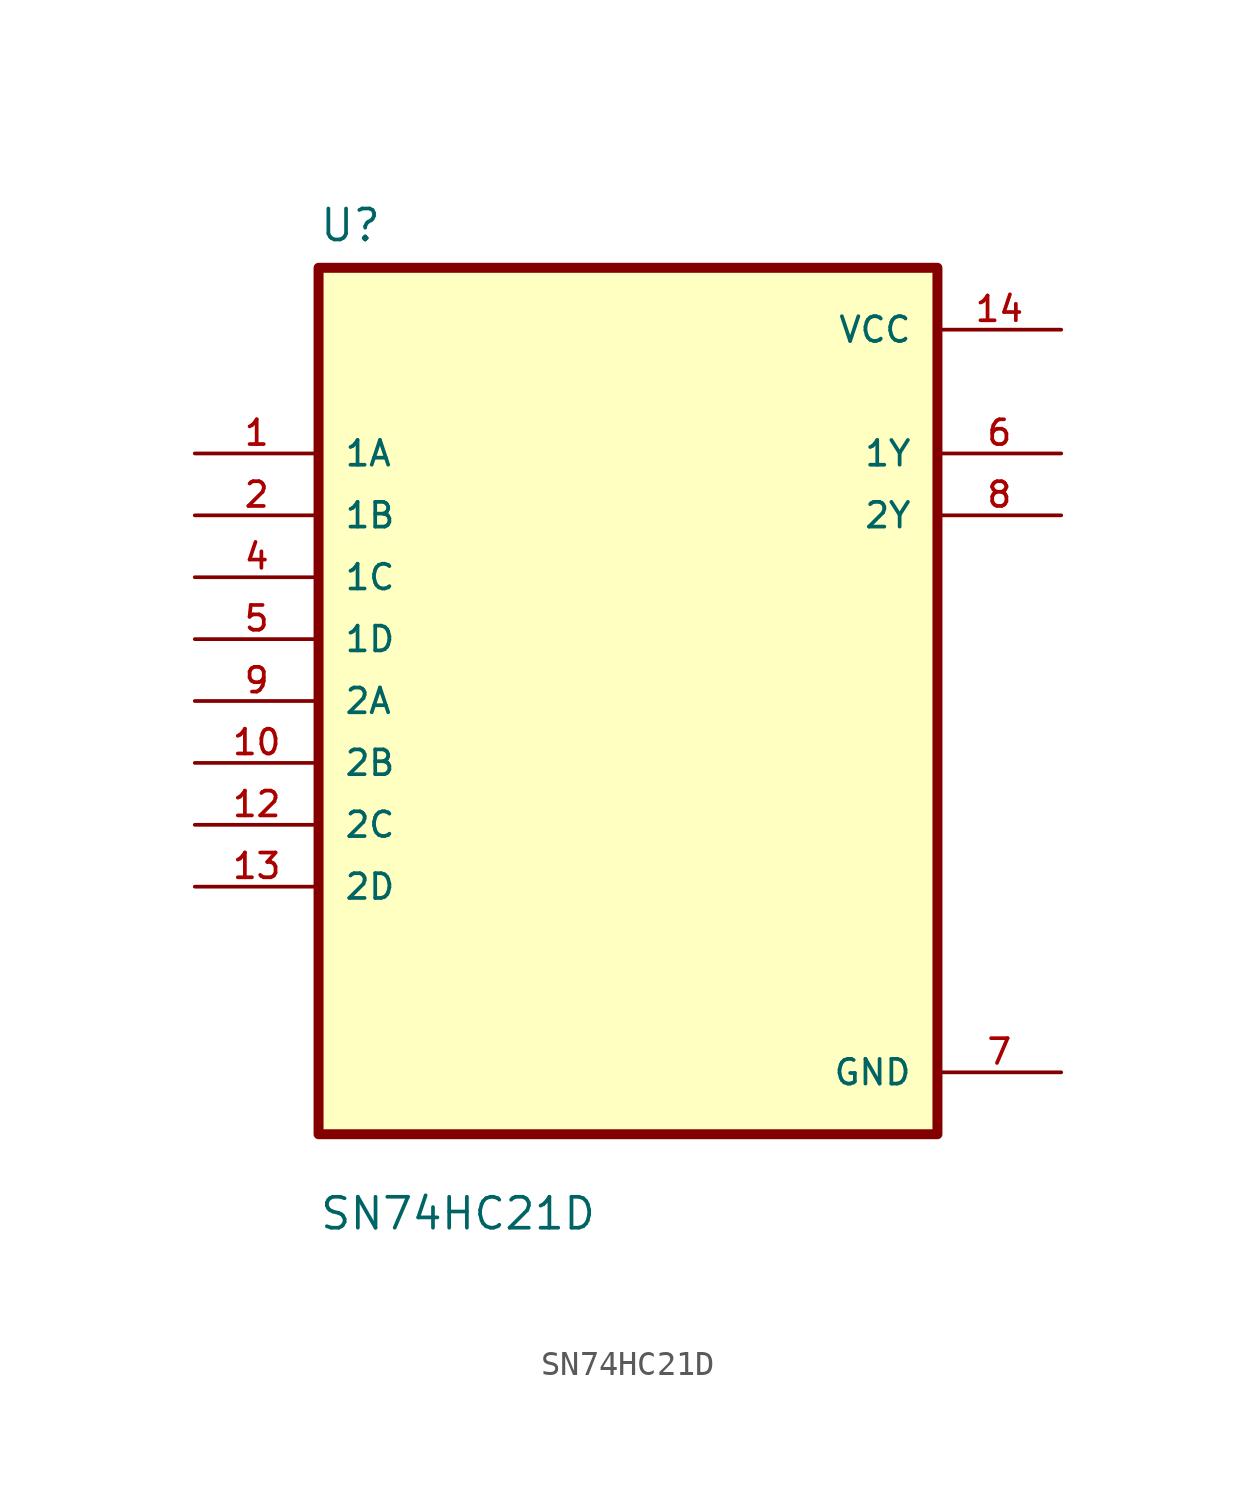
<source format=kicad_sym>
(kicad_symbol_lib
  (version 20211014)
  (generator kicad_symbol_editor)
  (symbol "SN74HC21D"
    (pin_names
      (offset 1.016))
    (property "Reference" "U"
      (at -12.7 18.78 0.0)
      (effects (font (size 1.27 1.27)) (justify bottom left)))
    (property "Value" "SN74HC21D"
      (at -12.7 -21.78 0.0)
      (effects (font (size 1.27 1.27)) (justify bottom left)))
    (symbol "SN74HC21D_0_0"
      (rectangle (start -12.7 -17.78) (end 12.7 17.78) (stroke (width 0.41)) (fill (type background)))
      (pin input line (at -17.78 10.16 0) (length 5.08) (name "1A" (effects (font (size 1.016 1.016)))) (number "1" (effects (font (size 1.016 1.016)))))
      (pin input line (at -17.78 7.62 0) (length 5.08) (name "1B" (effects (font (size 1.016 1.016)))) (number "2" (effects (font (size 1.016 1.016)))))
      (pin input line (at -17.78 5.08 0) (length 5.08) (name "1C" (effects (font (size 1.016 1.016)))) (number "4" (effects (font (size 1.016 1.016)))))
      (pin input line (at -17.78 2.54 0) (length 5.08) (name "1D" (effects (font (size 1.016 1.016)))) (number "5" (effects (font (size 1.016 1.016)))))
      (pin input line (at -17.78 0.0 0) (length 5.08) (name "2A" (effects (font (size 1.016 1.016)))) (number "9" (effects (font (size 1.016 1.016)))))
      (pin input line (at -17.78 -2.54 0) (length 5.08) (name "2B" (effects (font (size 1.016 1.016)))) (number "10" (effects (font (size 1.016 1.016)))))
      (pin input line (at -17.78 -5.08 0) (length 5.08) (name "2C" (effects (font (size 1.016 1.016)))) (number "12" (effects (font (size 1.016 1.016)))))
      (pin input line (at -17.78 -7.62 0) (length 5.08) (name "2D" (effects (font (size 1.016 1.016)))) (number "13" (effects (font (size 1.016 1.016)))))
      (pin power_in line (at 17.78 15.24 180.0) (length 5.08) (name "VCC" (effects (font (size 1.016 1.016)))) (number "14" (effects (font (size 1.016 1.016)))))
      (pin output line (at 17.78 10.16 180.0) (length 5.08) (name "1Y" (effects (font (size 1.016 1.016)))) (number "6" (effects (font (size 1.016 1.016)))))
      (pin output line (at 17.78 7.62 180.0) (length 5.08) (name "2Y" (effects (font (size 1.016 1.016)))) (number "8" (effects (font (size 1.016 1.016)))))
      (pin power_in line (at 17.78 -15.24 180.0) (length 5.08) (name "GND" (effects (font (size 1.016 1.016)))) (number "7" (effects (font (size 1.016 1.016))))))))
</source>
